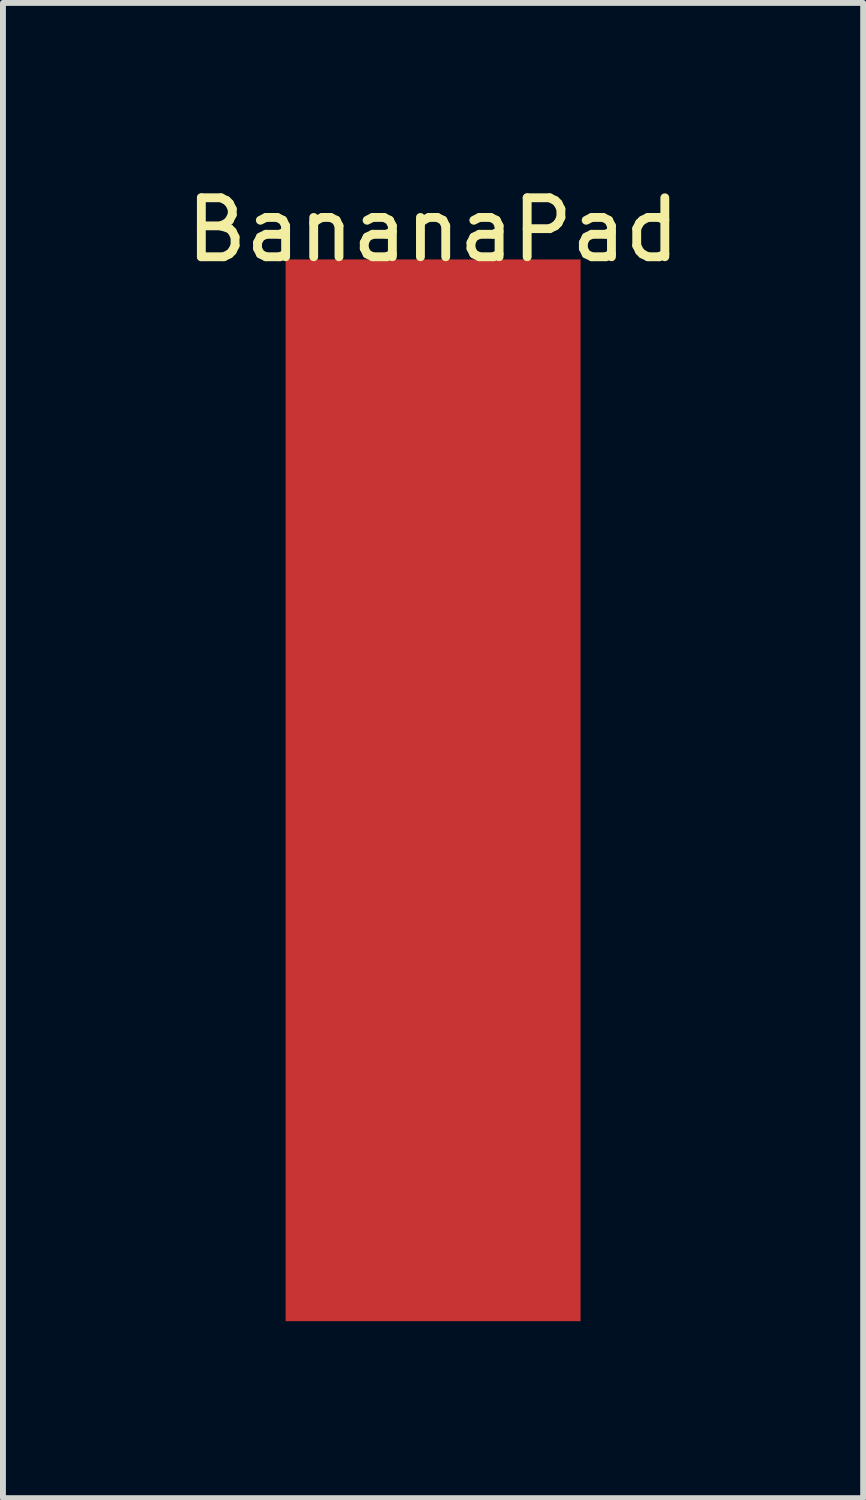
<source format=kicad_pcb>
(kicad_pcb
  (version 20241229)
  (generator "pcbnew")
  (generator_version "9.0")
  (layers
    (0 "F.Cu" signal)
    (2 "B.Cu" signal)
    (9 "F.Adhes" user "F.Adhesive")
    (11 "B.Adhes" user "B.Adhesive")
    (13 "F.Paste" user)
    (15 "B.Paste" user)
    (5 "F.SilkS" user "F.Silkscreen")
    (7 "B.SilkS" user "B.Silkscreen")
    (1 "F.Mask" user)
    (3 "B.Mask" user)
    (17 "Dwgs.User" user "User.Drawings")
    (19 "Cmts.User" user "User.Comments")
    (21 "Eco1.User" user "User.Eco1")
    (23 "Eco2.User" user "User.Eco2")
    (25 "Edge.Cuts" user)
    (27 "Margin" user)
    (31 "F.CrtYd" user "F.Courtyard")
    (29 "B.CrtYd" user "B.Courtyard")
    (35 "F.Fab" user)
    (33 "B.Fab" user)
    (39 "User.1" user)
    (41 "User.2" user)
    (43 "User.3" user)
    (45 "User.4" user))
  (footprint "BananaPad"
    (layer "F.Cu")
    (at 4.292 10.348)
    (property "Reference" "BananaPad" (at 0 -9.5 0) (layer "F.SilkS") (effects (font (size 1 1) (thickness 0.15))))
    (attr through_hole)
    (pad "1" smd rect (at 0 0) (size 5 18) (layers "F.Cu" "F.Mask" "F.Paste")))
  (gr_rect
    (start -3 -3)
    (end 11.583 22.348)
    (stroke (width 0.1) (type default))
    (fill no)
    (layer "Edge.Cuts")))
</source>
